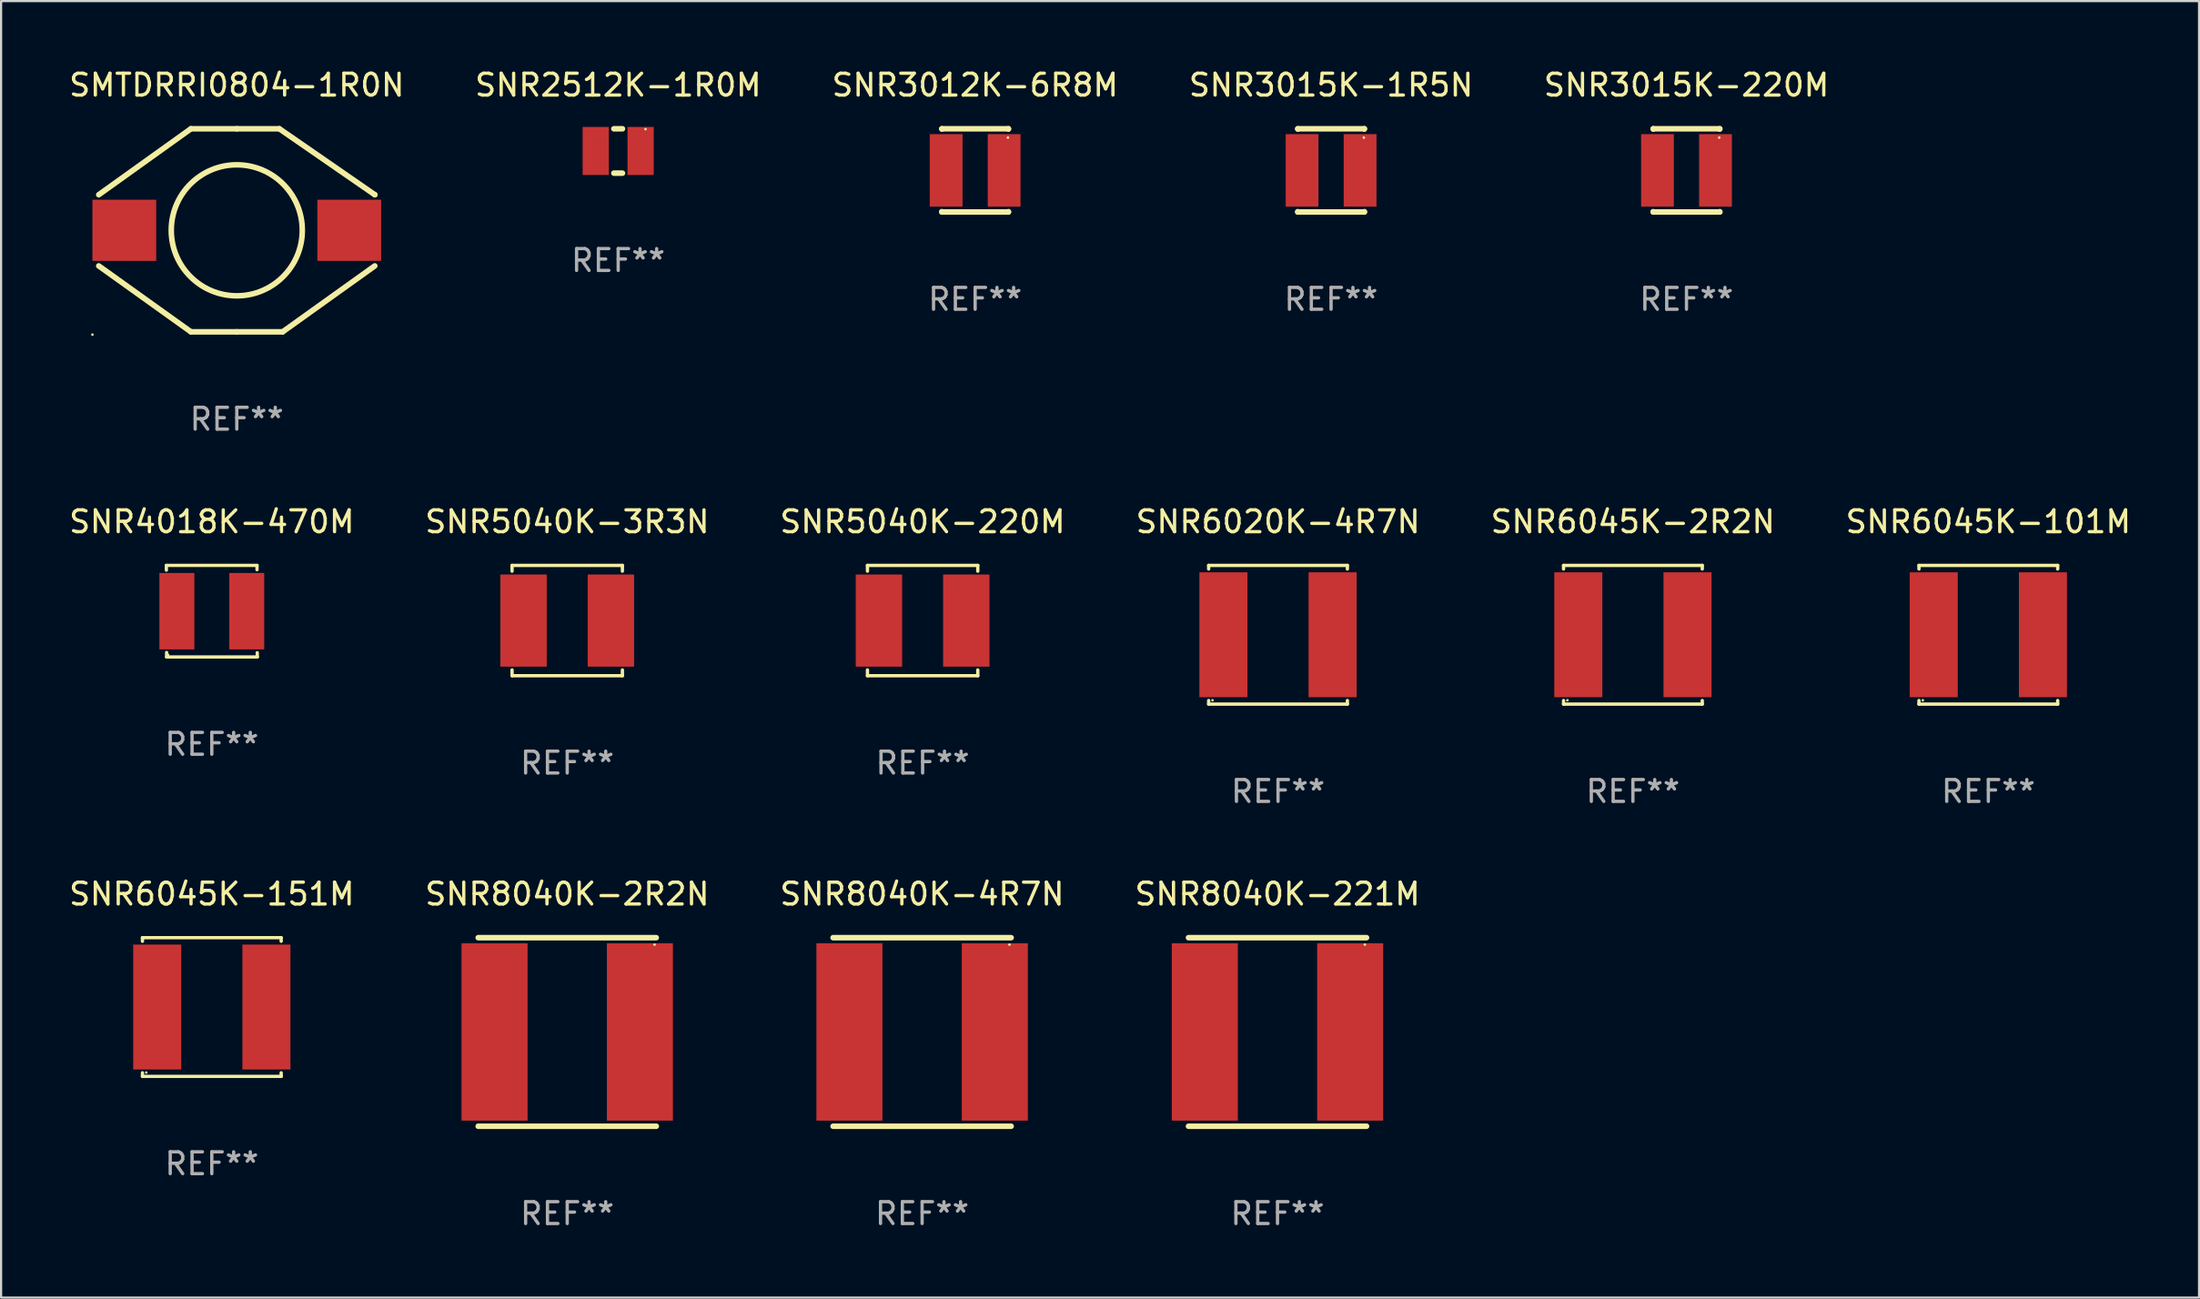
<source format=kicad_pcb>
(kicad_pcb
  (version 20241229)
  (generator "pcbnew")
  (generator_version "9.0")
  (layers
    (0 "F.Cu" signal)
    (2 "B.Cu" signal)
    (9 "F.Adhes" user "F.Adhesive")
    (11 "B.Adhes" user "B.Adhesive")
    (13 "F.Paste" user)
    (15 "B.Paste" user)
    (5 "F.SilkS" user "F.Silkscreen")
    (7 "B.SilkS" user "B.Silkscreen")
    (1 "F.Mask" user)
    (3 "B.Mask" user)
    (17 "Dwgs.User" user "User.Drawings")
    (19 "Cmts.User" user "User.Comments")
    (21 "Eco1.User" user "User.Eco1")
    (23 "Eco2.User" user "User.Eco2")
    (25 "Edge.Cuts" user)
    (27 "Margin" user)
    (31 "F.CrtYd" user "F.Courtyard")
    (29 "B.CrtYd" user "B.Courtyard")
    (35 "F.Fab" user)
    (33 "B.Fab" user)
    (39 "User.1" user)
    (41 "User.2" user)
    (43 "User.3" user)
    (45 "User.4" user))
  (footprint "SNR6045K-151M"
    (layer "F.Cu")
    (at 6.649 43.07)
    (property "Reference" "SNR6045K-151M" (at 0 -5.176 0) (layer "F.SilkS") (effects (font (size 1 1) (thickness 0.15))))
    (attr through_hole)
    (fp_line (start -3.176 -3.176) (end 3.176 -3.176) (stroke (width 0.152) (type solid)) (layer "F.SilkS"))
    (fp_line (start -3.176 -3.012) (end -3.176 -3.176) (stroke (width 0.152) (type solid)) (layer "F.SilkS"))
    (fp_line (start -3.176 3.012) (end -3.176 3.176) (stroke (width 0.152) (type solid)) (layer "F.SilkS"))
    (fp_line (start -3.176 3.176) (end 3.176 3.176) (stroke (width 0.152) (type solid)) (layer "F.SilkS"))
    (fp_line (start 3.176 -3.176) (end 3.176 -3.012) (stroke (width 0.152) (type solid)) (layer "F.SilkS"))
    (fp_line (start 3.176 3.176) (end 3.176 3.012) (stroke (width 0.152) (type solid)) (layer "F.SilkS"))
    (fp_circle (center -3 3) (end -2.97 3) (stroke (width 0.06) (type solid)) (fill no) (layer "F.SilkS"))
    (fp_text user "REF**" (at 0 7.176 0) (layer "F.Fab") (effects (font (size 1 1) (thickness 0.15))))
    (pad "1" smd rect (at -2.5 0) (size 2.2 5.72) (layers "F.Cu" "F.Mask" "F.Paste"))
    (pad "2" smd rect (at 2.5 0) (size 2.2 5.72) (layers "F.Cu" "F.Mask" "F.Paste")))
  (footprint "SNR2512K-1R0M"
    (layer "F.Cu")
    (at 25.256 3.864)
    (property "Reference" "SNR2512K-1R0M" (at 0 -3.016 0) (layer "F.SilkS") (effects (font (size 1 1) (thickness 0.15))))
    (attr through_hole)
    (fp_line (start -0.197 1.016) (end 0.197 1.016) (stroke (width 0.254) (type solid)) (layer "F.SilkS"))
    (fp_line (start 0.197 -1.016) (end -0.197 -1.016) (stroke (width 0.254) (type solid)) (layer "F.SilkS"))
    (fp_circle (center 1.25 -1) (end 1.28 -1) (stroke (width 0.06) (type solid)) (fill no) (layer "F.SilkS"))
    (fp_text user "REF**" (at 0 5.016 0) (layer "F.Fab") (effects (font (size 1 1) (thickness 0.15))))
    (pad "1" smd rect (at 1.028 0) (size 1.2 2.2) (layers "F.Cu" "F.Mask" "F.Paste"))
    (pad "2" smd rect (at -1.028 0) (size 1.2 2.2) (layers "F.Cu" "F.Mask" "F.Paste")))
  (footprint "SNR3012K-6R8M"
    (layer "F.Cu")
    (at 41.601 4.753)
    (property "Reference" "SNR3012K-6R8M" (at 0 -3.905 0) (layer "F.SilkS") (effects (font (size 1 1) (thickness 0.15))))
    (attr through_hole)
    (fp_line (start -1.524 -1.905) (end 1.524 -1.905) (stroke (width 0.254) (type solid)) (layer "F.SilkS"))
    (fp_line (start -1.524 -1.891) (end -1.524 -1.905) (stroke (width 0.254) (type solid)) (layer "F.SilkS"))
    (fp_line (start -1.524 1.905) (end -1.524 1.891) (stroke (width 0.254) (type solid)) (layer "F.SilkS"))
    (fp_line (start -1.524 1.905) (end 1.524 1.905) (stroke (width 0.254) (type solid)) (layer "F.SilkS"))
    (fp_line (start 1.524 -1.905) (end 1.524 -1.891) (stroke (width 0.254) (type solid)) (layer "F.SilkS"))
    (fp_line (start 1.524 1.891) (end 1.524 1.905) (stroke (width 0.254) (type solid)) (layer "F.SilkS"))
    (fp_circle (center 1.5 -1.5) (end 1.53 -1.5) (stroke (width 0.06) (type solid)) (fill no) (layer "F.SilkS"))
    (fp_text user "REF**" (at 0 5.905 0) (layer "F.Fab") (effects (font (size 1 1) (thickness 0.15))))
    (pad "1" smd rect (at 1.328 0) (size 1.5 3.32) (layers "F.Cu" "F.Mask" "F.Paste"))
    (pad "2" smd rect (at -1.328 0) (size 1.5 3.32) (layers "F.Cu" "F.Mask" "F.Paste")))
  (footprint "SNR8040K-4R7N"
    (layer "F.Cu")
    (at 39.173 44.212)
    (property "Reference" "SNR8040K-4R7N" (at 0 -6.318 0) (layer "F.SilkS") (effects (font (size 1 1) (thickness 0.15))))
    (attr through_hole)
    (fp_line (start -4.076 -4.318) (end 4.076 -4.318) (stroke (width 0.254) (type solid)) (layer "F.SilkS"))
    (fp_line (start -4.076 4.318) (end 4.076 4.318) (stroke (width 0.254) (type solid)) (layer "F.SilkS"))
    (fp_circle (center 4 -4) (end 4.03 -4) (stroke (width 0.06) (type solid)) (fill no) (layer "F.SilkS"))
    (fp_text user "REF**" (at 0 8.318 0) (layer "F.Fab") (effects (font (size 1 1) (thickness 0.15))))
    (pad "1" smd rect (at 3.328 0) (size 3.024 8.12) (layers "F.Cu" "F.Mask" "F.Paste"))
    (pad "2" smd rect (at -3.328 0) (size 3.024 8.12) (layers "F.Cu" "F.Mask" "F.Paste")))
  (footprint "SNR5040K-220M"
    (layer "F.Cu")
    (at 39.196 25.371)
    (property "Reference" "SNR5040K-220M" (at 0 -4.526 0) (layer "F.SilkS") (effects (font (size 1 1) (thickness 0.15))))
    (attr through_hole)
    (fp_line (start -2.526 -2.526) (end 2.526 -2.526) (stroke (width 0.152) (type solid)) (layer "F.SilkS"))
    (fp_line (start -2.526 -2.262) (end -2.526 -2.526) (stroke (width 0.152) (type solid)) (layer "F.SilkS"))
    (fp_line (start -2.526 2.262) (end -2.526 2.526) (stroke (width 0.152) (type solid)) (layer "F.SilkS"))
    (fp_line (start -2.526 2.526) (end 2.526 2.526) (stroke (width 0.152) (type solid)) (layer "F.SilkS"))
    (fp_line (start 2.526 -2.526) (end 2.526 -2.262) (stroke (width 0.152) (type solid)) (layer "F.SilkS"))
    (fp_line (start 2.526 2.526) (end 2.526 2.262) (stroke (width 0.152) (type solid)) (layer "F.SilkS"))
    (fp_circle (center 2.5 -2.5) (end 2.53 -2.5) (stroke (width 0.06) (type solid)) (fill no) (layer "F.SilkS"))
    (fp_text user "REF**" (at 0 6.526 0) (layer "F.Fab") (effects (font (size 1 1) (thickness 0.15))))
    (pad "1" smd rect (at 2 0) (size 2.124 4.22) (layers "F.Cu" "F.Mask" "F.Paste"))
    (pad "2" smd rect (at -2 0) (size 2.124 4.22) (layers "F.Cu" "F.Mask" "F.Paste")))
  (footprint "SNR6020K-4R7N"
    (layer "F.Cu")
    (at 55.47 26.021)
    (property "Reference" "SNR6020K-4R7N" (at 0 -5.176 0) (layer "F.SilkS") (effects (font (size 1 1) (thickness 0.15))))
    (attr through_hole)
    (fp_line (start -3.176 -3.176) (end 3.176 -3.176) (stroke (width 0.152) (type solid)) (layer "F.SilkS"))
    (fp_line (start -3.176 -3.012) (end -3.176 -3.176) (stroke (width 0.152) (type solid)) (layer "F.SilkS"))
    (fp_line (start -3.176 3.012) (end -3.176 3.176) (stroke (width 0.152) (type solid)) (layer "F.SilkS"))
    (fp_line (start -3.176 3.176) (end 3.176 3.176) (stroke (width 0.152) (type solid)) (layer "F.SilkS"))
    (fp_line (start 3.176 -3.176) (end 3.176 -3.012) (stroke (width 0.152) (type solid)) (layer "F.SilkS"))
    (fp_line (start 3.176 3.176) (end 3.176 3.012) (stroke (width 0.152) (type solid)) (layer "F.SilkS"))
    (fp_circle (center -3 3) (end -2.97 3) (stroke (width 0.06) (type solid)) (fill no) (layer "F.SilkS"))
    (fp_text user "REF**" (at 0 7.176 0) (layer "F.Fab") (effects (font (size 1 1) (thickness 0.15))))
    (pad "1" smd rect (at -2.5 0) (size 2.2 5.72) (layers "F.Cu" "F.Mask" "F.Paste"))
    (pad "2" smd rect (at 2.5 0) (size 2.2 5.72) (layers "F.Cu" "F.Mask" "F.Paste")))
  (footprint "SNR6045K-101M"
    (layer "F.Cu")
    (at 87.994 26.021)
    (property "Reference" "SNR6045K-101M" (at 0 -5.176 0) (layer "F.SilkS") (effects (font (size 1 1) (thickness 0.15))))
    (attr through_hole)
    (fp_line (start -3.176 -3.176) (end 3.176 -3.176) (stroke (width 0.152) (type solid)) (layer "F.SilkS"))
    (fp_line (start -3.176 -3.012) (end -3.176 -3.176) (stroke (width 0.152) (type solid)) (layer "F.SilkS"))
    (fp_line (start -3.176 3.012) (end -3.176 3.176) (stroke (width 0.152) (type solid)) (layer "F.SilkS"))
    (fp_line (start -3.176 3.176) (end 3.176 3.176) (stroke (width 0.152) (type solid)) (layer "F.SilkS"))
    (fp_line (start 3.176 -3.176) (end 3.176 -3.012) (stroke (width 0.152) (type solid)) (layer "F.SilkS"))
    (fp_line (start 3.176 3.176) (end 3.176 3.012) (stroke (width 0.152) (type solid)) (layer "F.SilkS"))
    (fp_circle (center -3 3) (end -2.97 3) (stroke (width 0.06) (type solid)) (fill no) (layer "F.SilkS"))
    (fp_text user "REF**" (at 0 7.176 0) (layer "F.Fab") (effects (font (size 1 1) (thickness 0.15))))
    (pad "1" smd rect (at -2.5 0) (size 2.2 5.72) (layers "F.Cu" "F.Mask" "F.Paste"))
    (pad "2" smd rect (at 2.5 0) (size 2.2 5.72) (layers "F.Cu" "F.Mask" "F.Paste")))
  (footprint "SNR3015K-220M"
    (layer "F.Cu")
    (at 74.173 4.753)
    (property "Reference" "SNR3015K-220M" (at 0 -3.905 0) (layer "F.SilkS") (effects (font (size 1 1) (thickness 0.15))))
    (attr through_hole)
    (fp_line (start -1.524 -1.905) (end 1.524 -1.905) (stroke (width 0.254) (type solid)) (layer "F.SilkS"))
    (fp_line (start -1.524 -1.891) (end -1.524 -1.905) (stroke (width 0.254) (type solid)) (layer "F.SilkS"))
    (fp_line (start -1.524 1.905) (end -1.524 1.891) (stroke (width 0.254) (type solid)) (layer "F.SilkS"))
    (fp_line (start -1.524 1.905) (end 1.524 1.905) (stroke (width 0.254) (type solid)) (layer "F.SilkS"))
    (fp_line (start 1.524 -1.905) (end 1.524 -1.891) (stroke (width 0.254) (type solid)) (layer "F.SilkS"))
    (fp_line (start 1.524 1.891) (end 1.524 1.905) (stroke (width 0.254) (type solid)) (layer "F.SilkS"))
    (fp_circle (center 1.5 -1.5) (end 1.53 -1.5) (stroke (width 0.06) (type solid)) (fill no) (layer "F.SilkS"))
    (fp_text user "REF**" (at 0 5.905 0) (layer "F.Fab") (effects (font (size 1 1) (thickness 0.15))))
    (pad "1" smd rect (at 1.328 0) (size 1.5 3.32) (layers "F.Cu" "F.Mask" "F.Paste"))
    (pad "2" smd rect (at -1.328 0) (size 1.5 3.32) (layers "F.Cu" "F.Mask" "F.Paste")))
  (footprint "SNR6045K-2R2N"
    (layer "F.Cu")
    (at 71.72 26.021)
    (property "Reference" "SNR6045K-2R2N" (at 0 -5.176 0) (layer "F.SilkS") (effects (font (size 1 1) (thickness 0.15))))
    (attr through_hole)
    (fp_line (start -3.176 -3.176) (end 3.176 -3.176) (stroke (width 0.152) (type solid)) (layer "F.SilkS"))
    (fp_line (start -3.176 -3.012) (end -3.176 -3.176) (stroke (width 0.152) (type solid)) (layer "F.SilkS"))
    (fp_line (start -3.176 3.012) (end -3.176 3.176) (stroke (width 0.152) (type solid)) (layer "F.SilkS"))
    (fp_line (start -3.176 3.176) (end 3.176 3.176) (stroke (width 0.152) (type solid)) (layer "F.SilkS"))
    (fp_line (start 3.176 -3.176) (end 3.176 -3.012) (stroke (width 0.152) (type solid)) (layer "F.SilkS"))
    (fp_line (start 3.176 3.176) (end 3.176 3.012) (stroke (width 0.152) (type solid)) (layer "F.SilkS"))
    (fp_circle (center -3 3) (end -2.97 3) (stroke (width 0.06) (type solid)) (fill no) (layer "F.SilkS"))
    (fp_text user "REF**" (at 0 7.176 0) (layer "F.Fab") (effects (font (size 1 1) (thickness 0.15))))
    (pad "1" smd rect (at -2.5 0) (size 2.2 5.72) (layers "F.Cu" "F.Mask" "F.Paste"))
    (pad "2" smd rect (at 2.5 0) (size 2.2 5.72) (layers "F.Cu" "F.Mask" "F.Paste")))
  (footprint "SNR8040K-221M"
    (layer "F.Cu")
    (at 55.446 44.212)
    (property "Reference" "SNR8040K-221M" (at 0 -6.318 0) (layer "F.SilkS") (effects (font (size 1 1) (thickness 0.15))))
    (attr through_hole)
    (fp_line (start -4.076 -4.318) (end 4.076 -4.318) (stroke (width 0.254) (type solid)) (layer "F.SilkS"))
    (fp_line (start -4.076 4.318) (end 4.076 4.318) (stroke (width 0.254) (type solid)) (layer "F.SilkS"))
    (fp_circle (center 4 -4) (end 4.03 -4) (stroke (width 0.06) (type solid)) (fill no) (layer "F.SilkS"))
    (fp_text user "REF**" (at 0 8.318 0) (layer "F.Fab") (effects (font (size 1 1) (thickness 0.15))))
    (pad "1" smd rect (at 3.328 0) (size 3.024 8.12) (layers "F.Cu" "F.Mask" "F.Paste"))
    (pad "2" smd rect (at -3.328 0) (size 3.024 8.12) (layers "F.Cu" "F.Mask" "F.Paste")))
  (footprint "SNR5040K-3R3N"
    (layer "F.Cu")
    (at 22.923 25.371)
    (property "Reference" "SNR5040K-3R3N" (at 0 -4.526 0) (layer "F.SilkS") (effects (font (size 1 1) (thickness 0.15))))
    (attr through_hole)
    (fp_line (start -2.526 -2.526) (end 2.526 -2.526) (stroke (width 0.152) (type solid)) (layer "F.SilkS"))
    (fp_line (start -2.526 -2.262) (end -2.526 -2.526) (stroke (width 0.152) (type solid)) (layer "F.SilkS"))
    (fp_line (start -2.526 2.262) (end -2.526 2.526) (stroke (width 0.152) (type solid)) (layer "F.SilkS"))
    (fp_line (start -2.526 2.526) (end 2.526 2.526) (stroke (width 0.152) (type solid)) (layer "F.SilkS"))
    (fp_line (start 2.526 -2.526) (end 2.526 -2.262) (stroke (width 0.152) (type solid)) (layer "F.SilkS"))
    (fp_line (start 2.526 2.526) (end 2.526 2.262) (stroke (width 0.152) (type solid)) (layer "F.SilkS"))
    (fp_circle (center 2.5 -2.5) (end 2.53 -2.5) (stroke (width 0.06) (type solid)) (fill no) (layer "F.SilkS"))
    (fp_text user "REF**" (at 0 6.526 0) (layer "F.Fab") (effects (font (size 1 1) (thickness 0.15))))
    (pad "1" smd rect (at 2 0) (size 2.124 4.22) (layers "F.Cu" "F.Mask" "F.Paste"))
    (pad "2" smd rect (at -2 0) (size 2.124 4.22) (layers "F.Cu" "F.Mask" "F.Paste")))
  (footprint "SNR3015K-1R5N"
    (layer "F.Cu")
    (at 57.899 4.753)
    (property "Reference" "SNR3015K-1R5N" (at 0 -3.905 0) (layer "F.SilkS") (effects (font (size 1 1) (thickness 0.15))))
    (attr through_hole)
    (fp_line (start -1.524 -1.905) (end 1.524 -1.905) (stroke (width 0.254) (type solid)) (layer "F.SilkS"))
    (fp_line (start -1.524 -1.891) (end -1.524 -1.905) (stroke (width 0.254) (type solid)) (layer "F.SilkS"))
    (fp_line (start -1.524 1.905) (end -1.524 1.891) (stroke (width 0.254) (type solid)) (layer "F.SilkS"))
    (fp_line (start -1.524 1.905) (end 1.524 1.905) (stroke (width 0.254) (type solid)) (layer "F.SilkS"))
    (fp_line (start 1.524 -1.905) (end 1.524 -1.891) (stroke (width 0.254) (type solid)) (layer "F.SilkS"))
    (fp_line (start 1.524 1.891) (end 1.524 1.905) (stroke (width 0.254) (type solid)) (layer "F.SilkS"))
    (fp_circle (center 1.5 -1.5) (end 1.53 -1.5) (stroke (width 0.06) (type solid)) (fill no) (layer "F.SilkS"))
    (fp_text user "REF**" (at 0 5.905 0) (layer "F.Fab") (effects (font (size 1 1) (thickness 0.15))))
    (pad "1" smd rect (at 1.328 0) (size 1.5 3.32) (layers "F.Cu" "F.Mask" "F.Paste"))
    (pad "2" smd rect (at -1.328 0) (size 1.5 3.32) (layers "F.Cu" "F.Mask" "F.Paste")))
  (footprint "SNR4018K-470M"
    (layer "F.Cu")
    (at 6.649 24.941)
    (property "Reference" "SNR4018K-470M" (at 0 -4.096 0) (layer "F.SilkS") (effects (font (size 1 1) (thickness 0.15))))
    (attr through_hole)
    (fp_line (start -2.083 -2.096) (end -2.08 -1.88) (stroke (width 0.15) (type solid)) (layer "F.SilkS"))
    (fp_line (start -2.07 1.89) (end -2.07 2.096) (stroke (width 0.15) (type solid)) (layer "F.SilkS"))
    (fp_line (start -2.07 2.096) (end 2.083 2.096) (stroke (width 0.15) (type solid)) (layer "F.SilkS"))
    (fp_line (start 2.07 -1.9) (end 2.07 -2.096) (stroke (width 0.15) (type solid)) (layer "F.SilkS"))
    (fp_line (start 2.07 -2.096) (end -2.083 -2.096) (stroke (width 0.15) (type solid)) (layer "F.SilkS"))
    (fp_line (start 2.083 2.096) (end 2.08 1.9) (stroke (width 0.15) (type solid)) (layer "F.SilkS"))
    (fp_circle (center -2 2) (end -1.97 2) (stroke (width 0.06) (type solid)) (fill no) (layer "F.SilkS"))
    (fp_text user "REF**" (at 0 6.096 0) (layer "F.Fab") (effects (font (size 1 1) (thickness 0.15))))
    (pad "1" smd rect (at -1.6 -0.000343) (size 1.6 3.5) (layers "F.Cu" "F.Mask" "F.Paste"))
    (pad "2" smd rect (at 1.6 -0.000343) (size 1.6 3.5) (layers "F.Cu" "F.Mask" "F.Paste")))
  (footprint "SNR8040K-2R2N"
    (layer "F.Cu")
    (at 22.923 44.212)
    (property "Reference" "SNR8040K-2R2N" (at 0 -6.318 0) (layer "F.SilkS") (effects (font (size 1 1) (thickness 0.15))))
    (attr through_hole)
    (fp_line (start -4.076 -4.318) (end 4.076 -4.318) (stroke (width 0.254) (type solid)) (layer "F.SilkS"))
    (fp_line (start -4.076 4.318) (end 4.076 4.318) (stroke (width 0.254) (type solid)) (layer "F.SilkS"))
    (fp_circle (center 4 -4) (end 4.03 -4) (stroke (width 0.06) (type solid)) (fill no) (layer "F.SilkS"))
    (fp_text user "REF**" (at 0 8.318 0) (layer "F.Fab") (effects (font (size 1 1) (thickness 0.15))))
    (pad "1" smd rect (at 3.328 0) (size 3.024 8.12) (layers "F.Cu" "F.Mask" "F.Paste"))
    (pad "2" smd rect (at -3.328 0) (size 3.024 8.12) (layers "F.Cu" "F.Mask" "F.Paste")))
  (footprint "SMTDRRI0804-1R0N"
    (layer "F.Cu")
    (at 7.792 7.498)
    (property "Reference" "SMTDRRI0804-1R0N" (at 0 -6.65 0) (layer "F.SilkS") (effects (font (size 1 1) (thickness 0.15))))
    (attr through_hole)
    (fp_line (start -2.1 -4.65) (end -6.32 -1.63) (stroke (width 0.254) (type solid)) (layer "F.SilkS"))
    (fp_line (start -2.1 4.65) (end -6.32 1.63) (stroke (width 0.254) (type solid)) (layer "F.SilkS"))
    (fp_line (start 0 -4.65) (end -2.1 -4.65) (stroke (width 0.254) (type solid)) (layer "F.SilkS"))
    (fp_line (start 0 -4.65) (end 1.95 -4.65) (stroke (width 0.254) (type solid)) (layer "F.SilkS"))
    (fp_line (start 0 4.65) (end -2.1 4.65) (stroke (width 0.254) (type solid)) (layer "F.SilkS"))
    (fp_line (start 0 4.65) (end 2.1 4.65) (stroke (width 0.254) (type solid)) (layer "F.SilkS"))
    (fp_line (start 1.95 -4.65) (end 6.32 -1.63) (stroke (width 0.254) (type solid)) (layer "F.SilkS"))
    (fp_line (start 2.1 4.65) (end 6.32 1.63) (stroke (width 0.254) (type solid)) (layer "F.SilkS"))
    (fp_line (start 6.32 -1.63) (end 6.32 -1.631) (stroke (width 0.254) (type solid)) (layer "F.SilkS"))
    (fp_circle (center -6.61 4.777) (end -6.58 4.777) (stroke (width 0.06) (type solid)) (fill no) (layer "F.SilkS"))
    (fp_circle (center 0 0) (end 3 0) (stroke (width 0.254) (type solid)) (fill no) (layer "F.SilkS"))
    (fp_text user "REF**" (at 0 8.65 0) (layer "F.Fab") (effects (font (size 1 1) (thickness 0.15))))
    (pad "1" smd rect (at -5.15 0) (size 2.92 2.8) (layers "F.Cu" "F.Mask" "F.Paste"))
    (pad "2" smd rect (at 5.15 0) (size 2.92 2.8) (layers "F.Cu" "F.Mask" "F.Paste")))
  (gr_rect
    (start -3 -3)
    (end 97.643 56.378)
    (stroke (width 0.1) (type default))
    (fill no)
    (layer "Edge.Cuts")))
</source>
